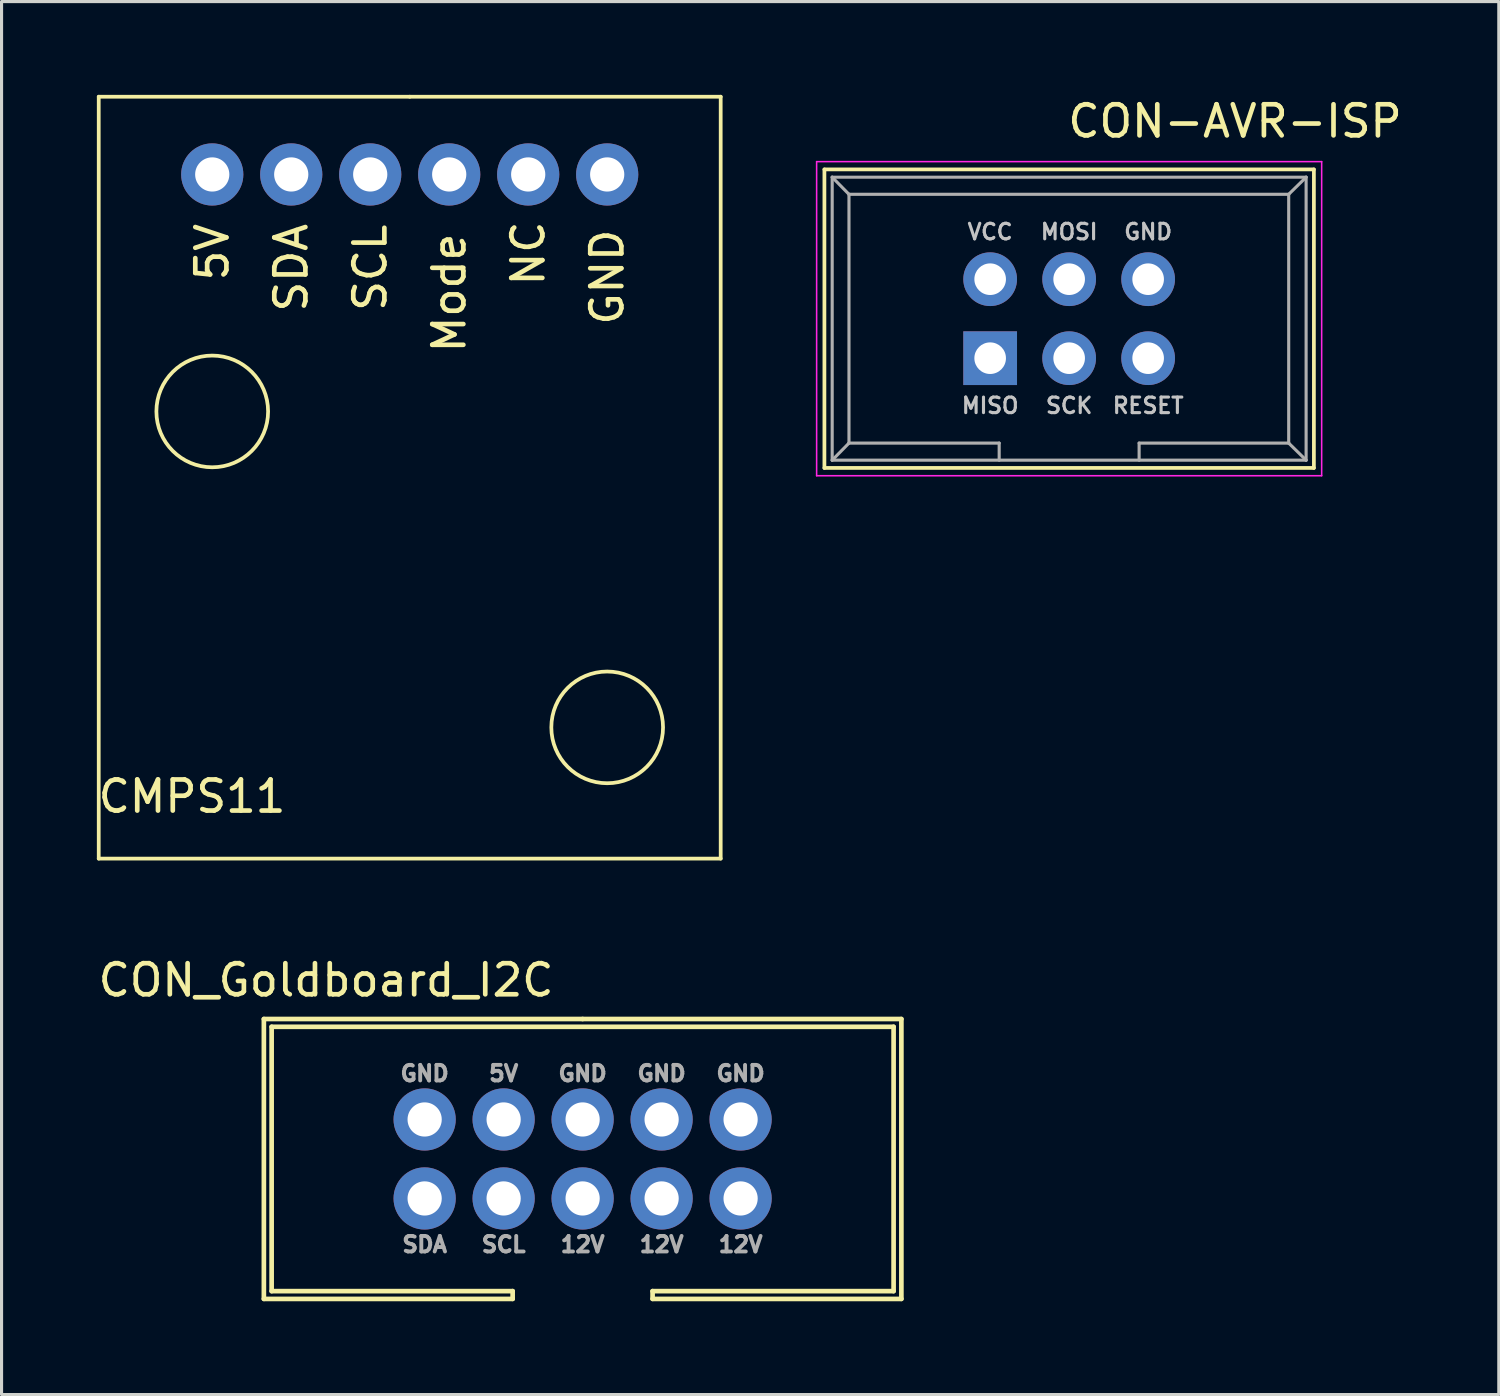
<source format=kicad_pcb>
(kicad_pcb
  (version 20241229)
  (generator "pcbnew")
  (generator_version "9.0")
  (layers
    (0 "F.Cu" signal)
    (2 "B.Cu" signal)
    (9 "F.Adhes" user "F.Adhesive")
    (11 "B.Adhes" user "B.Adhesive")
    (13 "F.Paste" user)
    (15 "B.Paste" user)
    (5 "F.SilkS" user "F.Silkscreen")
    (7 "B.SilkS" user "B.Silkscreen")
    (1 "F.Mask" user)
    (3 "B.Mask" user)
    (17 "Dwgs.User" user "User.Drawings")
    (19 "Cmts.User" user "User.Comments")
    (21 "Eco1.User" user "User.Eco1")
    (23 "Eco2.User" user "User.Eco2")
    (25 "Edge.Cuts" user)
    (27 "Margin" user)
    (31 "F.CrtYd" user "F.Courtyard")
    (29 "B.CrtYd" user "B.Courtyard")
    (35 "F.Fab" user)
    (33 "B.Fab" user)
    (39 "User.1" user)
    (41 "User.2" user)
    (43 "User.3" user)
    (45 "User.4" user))
  (footprint "CON_Goldboard_I2C"
    (layer "F.Cu")
    (at 15.685 34.218)
    (property "Reference" "CON_Goldboard_I2C" (at -8.25 -5.75 0) (layer "F.SilkS") (effects (font (size 1 1) (thickness 0.15))))
    (attr through_hole)
    (fp_line (start -10.25 -4.5) (end -10.25 4.5) (stroke (width 0.15) (type solid)) (layer "F.SilkS"))
    (fp_line (start -10.25 4.5) (end -2.25 4.5) (stroke (width 0.15) (type solid)) (layer "F.SilkS"))
    (fp_line (start -10 -4.25) (end 10 -4.25) (stroke (width 0.15) (type solid)) (layer "F.SilkS"))
    (fp_line (start -10 4.25) (end -10 -4.25) (stroke (width 0.15) (type solid)) (layer "F.SilkS"))
    (fp_line (start -2.25 4.25) (end -10 4.25) (stroke (width 0.15) (type solid)) (layer "F.SilkS"))
    (fp_line (start -2.25 4.5) (end -2.25 4.25) (stroke (width 0.15) (type solid)) (layer "F.SilkS"))
    (fp_line (start 0 -4.5) (end -10.25 -4.5) (stroke (width 0.15) (type solid)) (layer "F.SilkS"))
    (fp_line (start 2.25 4.25) (end 2.25 4.5) (stroke (width 0.15) (type solid)) (layer "F.SilkS"))
    (fp_line (start 2.25 4.5) (end 10.25 4.5) (stroke (width 0.15) (type solid)) (layer "F.SilkS"))
    (fp_line (start 10 -4.25) (end 10 4.25) (stroke (width 0.15) (type solid)) (layer "F.SilkS"))
    (fp_line (start 10 4.25) (end 2.25 4.25) (stroke (width 0.15) (type solid)) (layer "F.SilkS"))
    (fp_line (start 10.25 -4.5) (end 0 -4.5) (stroke (width 0.15) (type solid)) (layer "F.SilkS"))
    (fp_line (start 10.25 4.5) (end 10.25 -4.5) (stroke (width 0.15) (type solid)) (layer "F.SilkS"))
    (fp_text user "12V" (at 0 2.75 0) (layer "F.Fab") (effects (font (size 0.5 0.5) (thickness 0.125))))
    (fp_text user "SDA" (at -5.08 2.75 0) (layer "F.Fab") (effects (font (size 0.5 0.5) (thickness 0.125))))
    (fp_text user "GND" (at -5.08 -2.75 0) (layer "F.Fab") (effects (font (size 0.5 0.5) (thickness 0.125))))
    (fp_text user "GND" (at 0 -2.75 0) (layer "F.Fab") (effects (font (size 0.5 0.5) (thickness 0.125))))
    (fp_text user "GND" (at 2.54 -2.75 0) (layer "F.Fab") (effects (font (size 0.5 0.5) (thickness 0.125))))
    (fp_text user "SCL" (at -2.54 2.75 0) (layer "F.Fab") (effects (font (size 0.5 0.5) (thickness 0.125))))
    (fp_text user "12V" (at 5.08 2.75 0) (layer "F.Fab") (effects (font (size 0.5 0.5) (thickness 0.125))))
    (fp_text user "GND" (at 5.08 -2.75 0) (layer "F.Fab") (effects (font (size 0.5 0.5) (thickness 0.125))))
    (fp_text user "12V" (at 2.54 2.75 0) (layer "F.Fab") (effects (font (size 0.5 0.5) (thickness 0.125))))
    (fp_text user "5V" (at -2.54 -2.75 0) (layer "F.Fab") (effects (font (size 0.5 0.5) (thickness 0.125))))
    (pad "1" thru_hole circle (at -5.08 1.27) (size 2 2) (drill 1.1) (layers "*.Cu" "*.Mask"))
    (pad "2" thru_hole circle (at -5.08 -1.27) (size 2 2) (drill 1.1) (layers "*.Cu" "*.Mask"))
    (pad "3" thru_hole circle (at -2.54 1.27) (size 2 2) (drill 1.1) (layers "*.Cu" "*.Mask"))
    (pad "4" thru_hole circle (at -2.54 -1.27) (size 2 2) (drill 1.1) (layers "*.Cu" "*.Mask"))
    (pad "5" thru_hole circle (at 0 1.27) (size 2 2) (drill 1.1) (layers "*.Cu" "*.Mask"))
    (pad "6" thru_hole circle (at 0 -1.27) (size 2 2) (drill 1.1) (layers "*.Cu" "*.Mask"))
    (pad "7" thru_hole circle (at 2.54 1.27) (size 2 2) (drill 1.1) (layers "*.Cu" "*.Mask"))
    (pad "8" thru_hole circle (at 2.54 -1.27) (size 2 2) (drill 1.1) (layers "*.Cu" "*.Mask"))
    (pad "9" thru_hole circle (at 5.08 1.27) (size 2 2) (drill 1.1) (layers "*.Cu" "*.Mask"))
    (pad "10" thru_hole circle (at 5.08 -1.27) (size 2 2) (drill 1.1) (layers "*.Cu" "*.Mask")))
  (footprint "CON-AVR-ISP"
    (layer "F.Cu")
    (at 28.79 8.468)
    (property "Reference" "CON-AVR-ISP" (at 7.874 -7.62 0) (layer "F.SilkS") (effects (font (size 1 1) (thickness 0.15))))
    (attr through_hole)
    (fp_line (start -5.33 -6.07) (end 10.41 -6.07) (stroke (width 0.12) (type solid)) (layer "F.SilkS"))
    (fp_line (start -5.33 3.53) (end -5.33 -6.07) (stroke (width 0.12) (type solid)) (layer "F.SilkS"))
    (fp_line (start 10.41 -6.07) (end 10.41 3.53) (stroke (width 0.12) (type solid)) (layer "F.SilkS"))
    (fp_line (start 10.41 3.53) (end -5.33 3.53) (stroke (width 0.12) (type solid)) (layer "F.SilkS"))
    (fp_line (start -5.58 -6.32) (end 10.66 -6.32) (stroke (width 0.05) (type solid)) (layer "F.CrtYd"))
    (fp_line (start -5.58 3.78) (end -5.58 -6.32) (stroke (width 0.05) (type solid)) (layer "F.CrtYd"))
    (fp_line (start 10.66 -6.32) (end 10.66 3.78) (stroke (width 0.05) (type solid)) (layer "F.CrtYd"))
    (fp_line (start 10.66 3.78) (end -5.58 3.78) (stroke (width 0.05) (type solid)) (layer "F.CrtYd"))
    (fp_line (start -5.08 -5.82) (end -5.08 3.28) (stroke (width 0.1) (type solid)) (layer "F.Fab"))
    (fp_line (start -5.08 -5.82) (end -4.54 -5.27) (stroke (width 0.1) (type solid)) (layer "F.Fab"))
    (fp_line (start -5.08 -5.82) (end 10.16 -5.82) (stroke (width 0.1) (type solid)) (layer "F.Fab"))
    (fp_line (start -5.08 3.28) (end -4.54 2.73) (stroke (width 0.1) (type solid)) (layer "F.Fab"))
    (fp_line (start -5.08 3.28) (end 10.16 3.28) (stroke (width 0.1) (type solid)) (layer "F.Fab"))
    (fp_line (start -4.54 -5.27) (end -4.54 2.73) (stroke (width 0.1) (type solid)) (layer "F.Fab"))
    (fp_line (start -4.54 -5.27) (end 9.6 -5.27) (stroke (width 0.1) (type solid)) (layer "F.Fab"))
    (fp_line (start -4.54 2.73) (end 0.29 2.73) (stroke (width 0.1) (type solid)) (layer "F.Fab"))
    (fp_line (start 0.29 2.73) (end 0.29 3.28) (stroke (width 0.1) (type solid)) (layer "F.Fab"))
    (fp_line (start 4.79 2.73) (end 4.79 3.28) (stroke (width 0.1) (type solid)) (layer "F.Fab"))
    (fp_line (start 4.79 2.73) (end 9.6 2.73) (stroke (width 0.1) (type solid)) (layer "F.Fab"))
    (fp_line (start 9.6 -5.27) (end 9.6 2.73) (stroke (width 0.1) (type solid)) (layer "F.Fab"))
    (fp_line (start 10.16 -5.82) (end 9.6 -5.27) (stroke (width 0.1) (type solid)) (layer "F.Fab"))
    (fp_line (start 10.16 -5.82) (end 10.16 3.28) (stroke (width 0.1) (type solid)) (layer "F.Fab"))
    (fp_line (start 10.16 3.28) (end 9.6 2.73) (stroke (width 0.1) (type solid)) (layer "F.Fab"))
    (fp_text user "MOSI" (at 2.54 -4.064 0) (layer "Dwgs.User") (effects (font (size 0.5 0.5) (thickness 0.1))))
    (fp_text user "SCK" (at 2.54 1.524 0) (layer "Dwgs.User") (effects (font (size 0.5 0.5) (thickness 0.1))))
    (fp_text user "VCC" (at 0 -4.064 0) (layer "Dwgs.User") (effects (font (size 0.5 0.5) (thickness 0.1))))
    (fp_text user "RESET" (at 5.08 1.524 0) (layer "Dwgs.User") (effects (font (size 0.5 0.5) (thickness 0.1))))
    (fp_text user "MISO" (at 0 1.524 0) (layer "Dwgs.User") (effects (font (size 0.5 0.5) (thickness 0.1))))
    (fp_text user "GND" (at 5.08 -4.064 0) (layer "Dwgs.User") (effects (font (size 0.5 0.5) (thickness 0.1))))
    (pad "1" thru_hole rect (at 0 0) (size 1.727 1.727) (drill 1.016) (layers "*.Cu" "*.Mask"))
    (pad "2" thru_hole oval (at 0 -2.54) (size 1.727 1.727) (drill 1.016) (layers "*.Cu" "*.Mask"))
    (pad "3" thru_hole oval (at 2.54 0) (size 1.727 1.727) (drill 1.016) (layers "*.Cu" "*.Mask"))
    (pad "4" thru_hole oval (at 2.54 -2.54) (size 1.727 1.727) (drill 1.016) (layers "*.Cu" "*.Mask"))
    (pad "5" thru_hole oval (at 5.08 0) (size 1.727 1.727) (drill 1.016) (layers "*.Cu" "*.Mask"))
    (pad "6" thru_hole oval (at 5.08 -2.54) (size 1.727 1.727) (drill 1.016) (layers "*.Cu" "*.Mask")))
  (footprint "CMPS11"
    (layer "F.Cu")
    (at 3.775 2.56)
    (property "Reference" "CMPS11" (at -0.65 20 0) (layer "F.SilkS") (effects (font (size 1 1) (thickness 0.15))))
    (attr through_hole)
    (fp_line (start -3.65 -2.5) (end -3.65 22) (stroke (width 0.12) (type solid)) (layer "F.SilkS"))
    (fp_line (start 6.35 -2.5) (end -3.65 -2.5) (stroke (width 0.12) (type solid)) (layer "F.SilkS"))
    (fp_line (start 6.35 -2.5) (end 16.35 -2.5) (stroke (width 0.12) (type solid)) (layer "F.SilkS"))
    (fp_line (start 16.35 -2.5) (end 16.35 22) (stroke (width 0.12) (type solid)) (layer "F.SilkS"))
    (fp_line (start 16.35 22) (end -3.65 22) (stroke (width 0.12) (type solid)) (layer "F.SilkS"))
    (fp_circle (center 0 7.62) (end 1.27 6.35) (stroke (width 0.12) (type solid)) (fill no) (layer "F.SilkS"))
    (fp_circle (center 12.7 17.78) (end 13.97 16.51) (stroke (width 0.12) (type solid)) (fill no) (layer "F.SilkS"))
    (fp_text user "5V" (at 0 2.5 90) (layer "F.SilkS") (effects (font (size 1 1) (thickness 0.15))))
    (fp_text user "Mode" (at 7.62 3.81 90) (layer "F.SilkS") (effects (font (size 1 1) (thickness 0.15))))
    (fp_text user "NC" (at 10.16 2.54 90) (layer "F.SilkS") (effects (font (size 1 1) (thickness 0.15))))
    (fp_text user "SDA" (at 2.54 3 90) (layer "F.SilkS") (effects (font (size 1 1) (thickness 0.15))))
    (fp_text user "SCL" (at 5.08 3 90) (layer "F.SilkS") (effects (font (size 1 1) (thickness 0.15))))
    (fp_text user "GND" (at 12.7 3.302 270) (layer "F.SilkS") (effects (font (size 1 1) (thickness 0.15))))
    (pad "1" thru_hole circle (at 0 0) (size 2 2) (drill 1.1) (layers "*.Cu" "*.Mask"))
    (pad "2" thru_hole circle (at 2.54 0) (size 2 2) (drill 1.1) (layers "*.Cu" "*.Mask"))
    (pad "3" thru_hole circle (at 5.08 0) (size 2 2) (drill 1.1) (layers "*.Cu" "*.Mask"))
    (pad "4" thru_hole circle (at 7.62 0) (size 2 2) (drill 1.1) (layers "*.Cu" "*.Mask"))
    (pad "5" thru_hole circle (at 10.16 0) (size 2 2) (drill 1.1) (layers "*.Cu" "*.Mask"))
    (pad "6" thru_hole circle (at 12.7 0) (size 2 2) (drill 1.1) (layers "*.Cu" "*.Mask")))
  (gr_rect
    (start -3 -3)
    (end 45.146 41.793)
    (stroke (width 0.1) (type default))
    (fill no)
    (layer "Edge.Cuts")))
</source>
